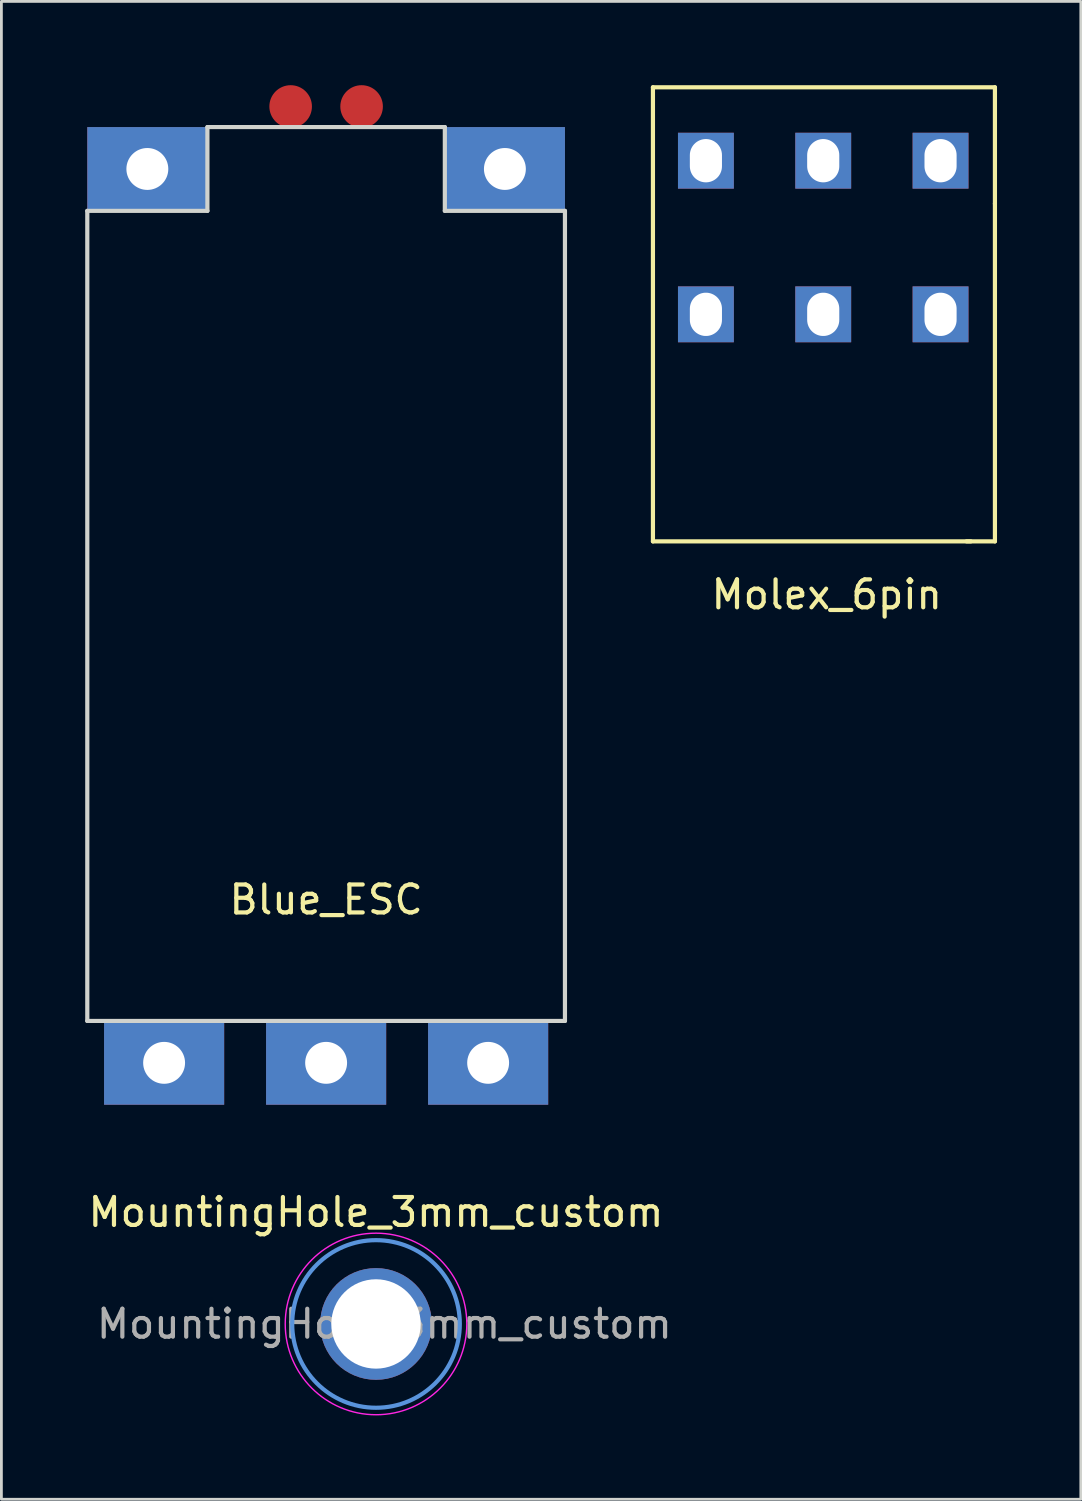
<source format=kicad_pcb>
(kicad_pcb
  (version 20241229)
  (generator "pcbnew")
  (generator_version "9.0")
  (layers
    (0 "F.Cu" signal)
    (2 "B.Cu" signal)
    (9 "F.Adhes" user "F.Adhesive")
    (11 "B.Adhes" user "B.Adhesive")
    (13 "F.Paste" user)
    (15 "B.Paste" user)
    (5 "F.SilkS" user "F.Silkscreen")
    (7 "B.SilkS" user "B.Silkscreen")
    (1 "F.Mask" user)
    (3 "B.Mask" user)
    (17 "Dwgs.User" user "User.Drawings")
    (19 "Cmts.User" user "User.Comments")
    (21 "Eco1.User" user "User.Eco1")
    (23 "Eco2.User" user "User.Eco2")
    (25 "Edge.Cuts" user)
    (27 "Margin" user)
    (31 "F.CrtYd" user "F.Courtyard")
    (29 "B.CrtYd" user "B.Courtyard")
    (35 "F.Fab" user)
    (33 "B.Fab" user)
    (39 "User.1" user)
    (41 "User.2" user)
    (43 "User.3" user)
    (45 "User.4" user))
  (footprint "Molex_6pin"
    (layer "F.Cu")
    (at 26.421 8.203)
    (property "Reference" "Molex_6pin" (at 0.127 10.033 0) (layer "F.SilkS") (effects (font (size 1 1) (thickness 0.15))))
    (attr through_hole)
    (fp_line (start -6.096 -8.128) (end -6.096 8.128) (stroke (width 0.15) (type solid)) (layer "F.SilkS"))
    (fp_line (start -6.096 -8.128) (end 6.147 -8.128) (stroke (width 0.15) (type solid)) (layer "F.SilkS"))
    (fp_line (start -6.096 8.128) (end 5.283 8.128) (stroke (width 0.15) (type solid)) (layer "F.SilkS"))
    (fp_line (start 6.147 -8.128) (end 6.147 -3.962) (stroke (width 0.15) (type solid)) (layer "F.SilkS"))
    (fp_line (start 6.147 -3.962) (end 6.147 8.128) (stroke (width 0.15) (type solid)) (layer "F.SilkS"))
    (fp_line (start 6.147 8.128) (end 5.131 8.128) (stroke (width 0.15) (type solid)) (layer "F.SilkS"))
    (pad "1" thru_hole rect (at -4.2 0) (size 2 2) (drill oval 1.15 1.55) (layers "*.Cu" "*.Mask"))
    (pad "2" thru_hole rect (at 0 0) (size 2 2) (drill oval 1.15 1.55) (layers "*.Cu" "*.Mask"))
    (pad "3" thru_hole rect (at 4.2 0) (size 2 2) (drill oval 1.15 1.55) (layers "*.Cu" "*.Mask"))
    (pad "4" thru_hole rect (at -4.2 -5.5) (size 2 2) (drill oval 1.15 1.55) (layers "*.Cu" "*.Mask"))
    (pad "5" thru_hole rect (at 0 -5.5) (size 2 2) (drill oval 1.15 1.55) (layers "*.Cu" "*.Mask"))
    (pad "6" thru_hole rect (at 4.2 -5.5) (size 2 2) (drill oval 1.15 1.55) (layers "*.Cu" "*.Mask")))
  (footprint "MountingHole_3mm_custom"
    (layer "F.Cu")
    (at 10.411 44.347)
    (property "Reference" "MountingHole_3mm_custom" (at 0 -4 0) (layer "F.SilkS") (effects (font (size 1 1) (thickness 0.15))))
    (attr exclude_from_pos_files exclude_from_bom)
    (fp_circle (center 0 0) (end 3 0) (stroke (width 0.15) (type solid)) (fill no) (layer "Cmts.User"))
    (fp_circle (center 0 0) (end 3.25 0) (stroke (width 0.05) (type solid)) (fill no) (layer "F.CrtYd"))
    (fp_text user "${REFERENCE}" (at 0.3 0 0) (layer "F.Fab") (effects (font (size 1 1) (thickness 0.15))))
    (pad "" thru_hole circle (at 0 0) (size 4 4) (drill 3.2) (layers "*.Cu" "*.Mask")))
  (footprint "Blue_ESC"
    (layer "F.Cu")
    (at 8.625 18.999)
    (property "Reference" "Blue_ESC" (at 0 10.16 0) (layer "F.SilkS") (effects (font (size 1 1) (thickness 0.15))))
    (attr through_hole)
    (fp_line (start -8.55 -14.5) (end -8.55 14.5) (stroke (width 0.15) (type solid)) (layer "Edge.Cuts"))
    (fp_line (start -8.55 -14.5) (end -4.25 -14.5) (stroke (width 0.15) (type solid)) (layer "Edge.Cuts"))
    (fp_line (start -8.55 14.5) (end 8.55 14.5) (stroke (width 0.15) (type solid)) (layer "Edge.Cuts"))
    (fp_line (start -4.25 -17.5) (end 4.25 -17.5) (stroke (width 0.15) (type solid)) (layer "Edge.Cuts"))
    (fp_line (start -4.25 -14.5) (end -4.25 -17.5) (stroke (width 0.15) (type solid)) (layer "Edge.Cuts"))
    (fp_line (start 4.25 -14.5) (end 4.25 -17.5) (stroke (width 0.15) (type solid)) (layer "Edge.Cuts"))
    (fp_line (start 4.25 -14.5) (end 8.55 -14.5) (stroke (width 0.15) (type solid)) (layer "Edge.Cuts"))
    (fp_line (start 8.55 14.5) (end 8.55 -14.5) (stroke (width 0.15) (type solid)) (layer "Edge.Cuts"))
    (pad "1" thru_hole rect (at -6.4 -16) (size 4.3 3) (drill 1.5) (layers "*.Cu" "*.Mask"))
    (pad "2" thru_hole rect (at 6.4 -16) (size 4.3 3) (drill 1.5) (layers "*.Cu" "*.Mask"))
    (pad "3" thru_hole rect (at -5.8 16) (size 4.3 3) (drill 1.5) (layers "*.Cu" "*.Mask"))
    (pad "4" thru_hole rect (at 0 16) (size 4.3 3) (drill 1.5) (layers "*.Cu" "*.Mask"))
    (pad "5" thru_hole rect (at 5.8 16) (size 4.3 3) (drill 1.5) (layers "*.Cu" "*.Mask"))
    (pad "6" smd circle (at -1.27 -18.237) (size 1.524 1.524) (layers "F.Cu" "F.Mask" "F.Paste"))
    (pad "7" smd circle (at 1.27 -18.237) (size 1.524 1.524) (layers "F.Cu" "F.Mask" "F.Paste")))
  (gr_rect
    (start -3 -3)
    (end 35.643 50.622)
    (stroke (width 0.1) (type default))
    (fill no)
    (layer "Edge.Cuts")))
</source>
